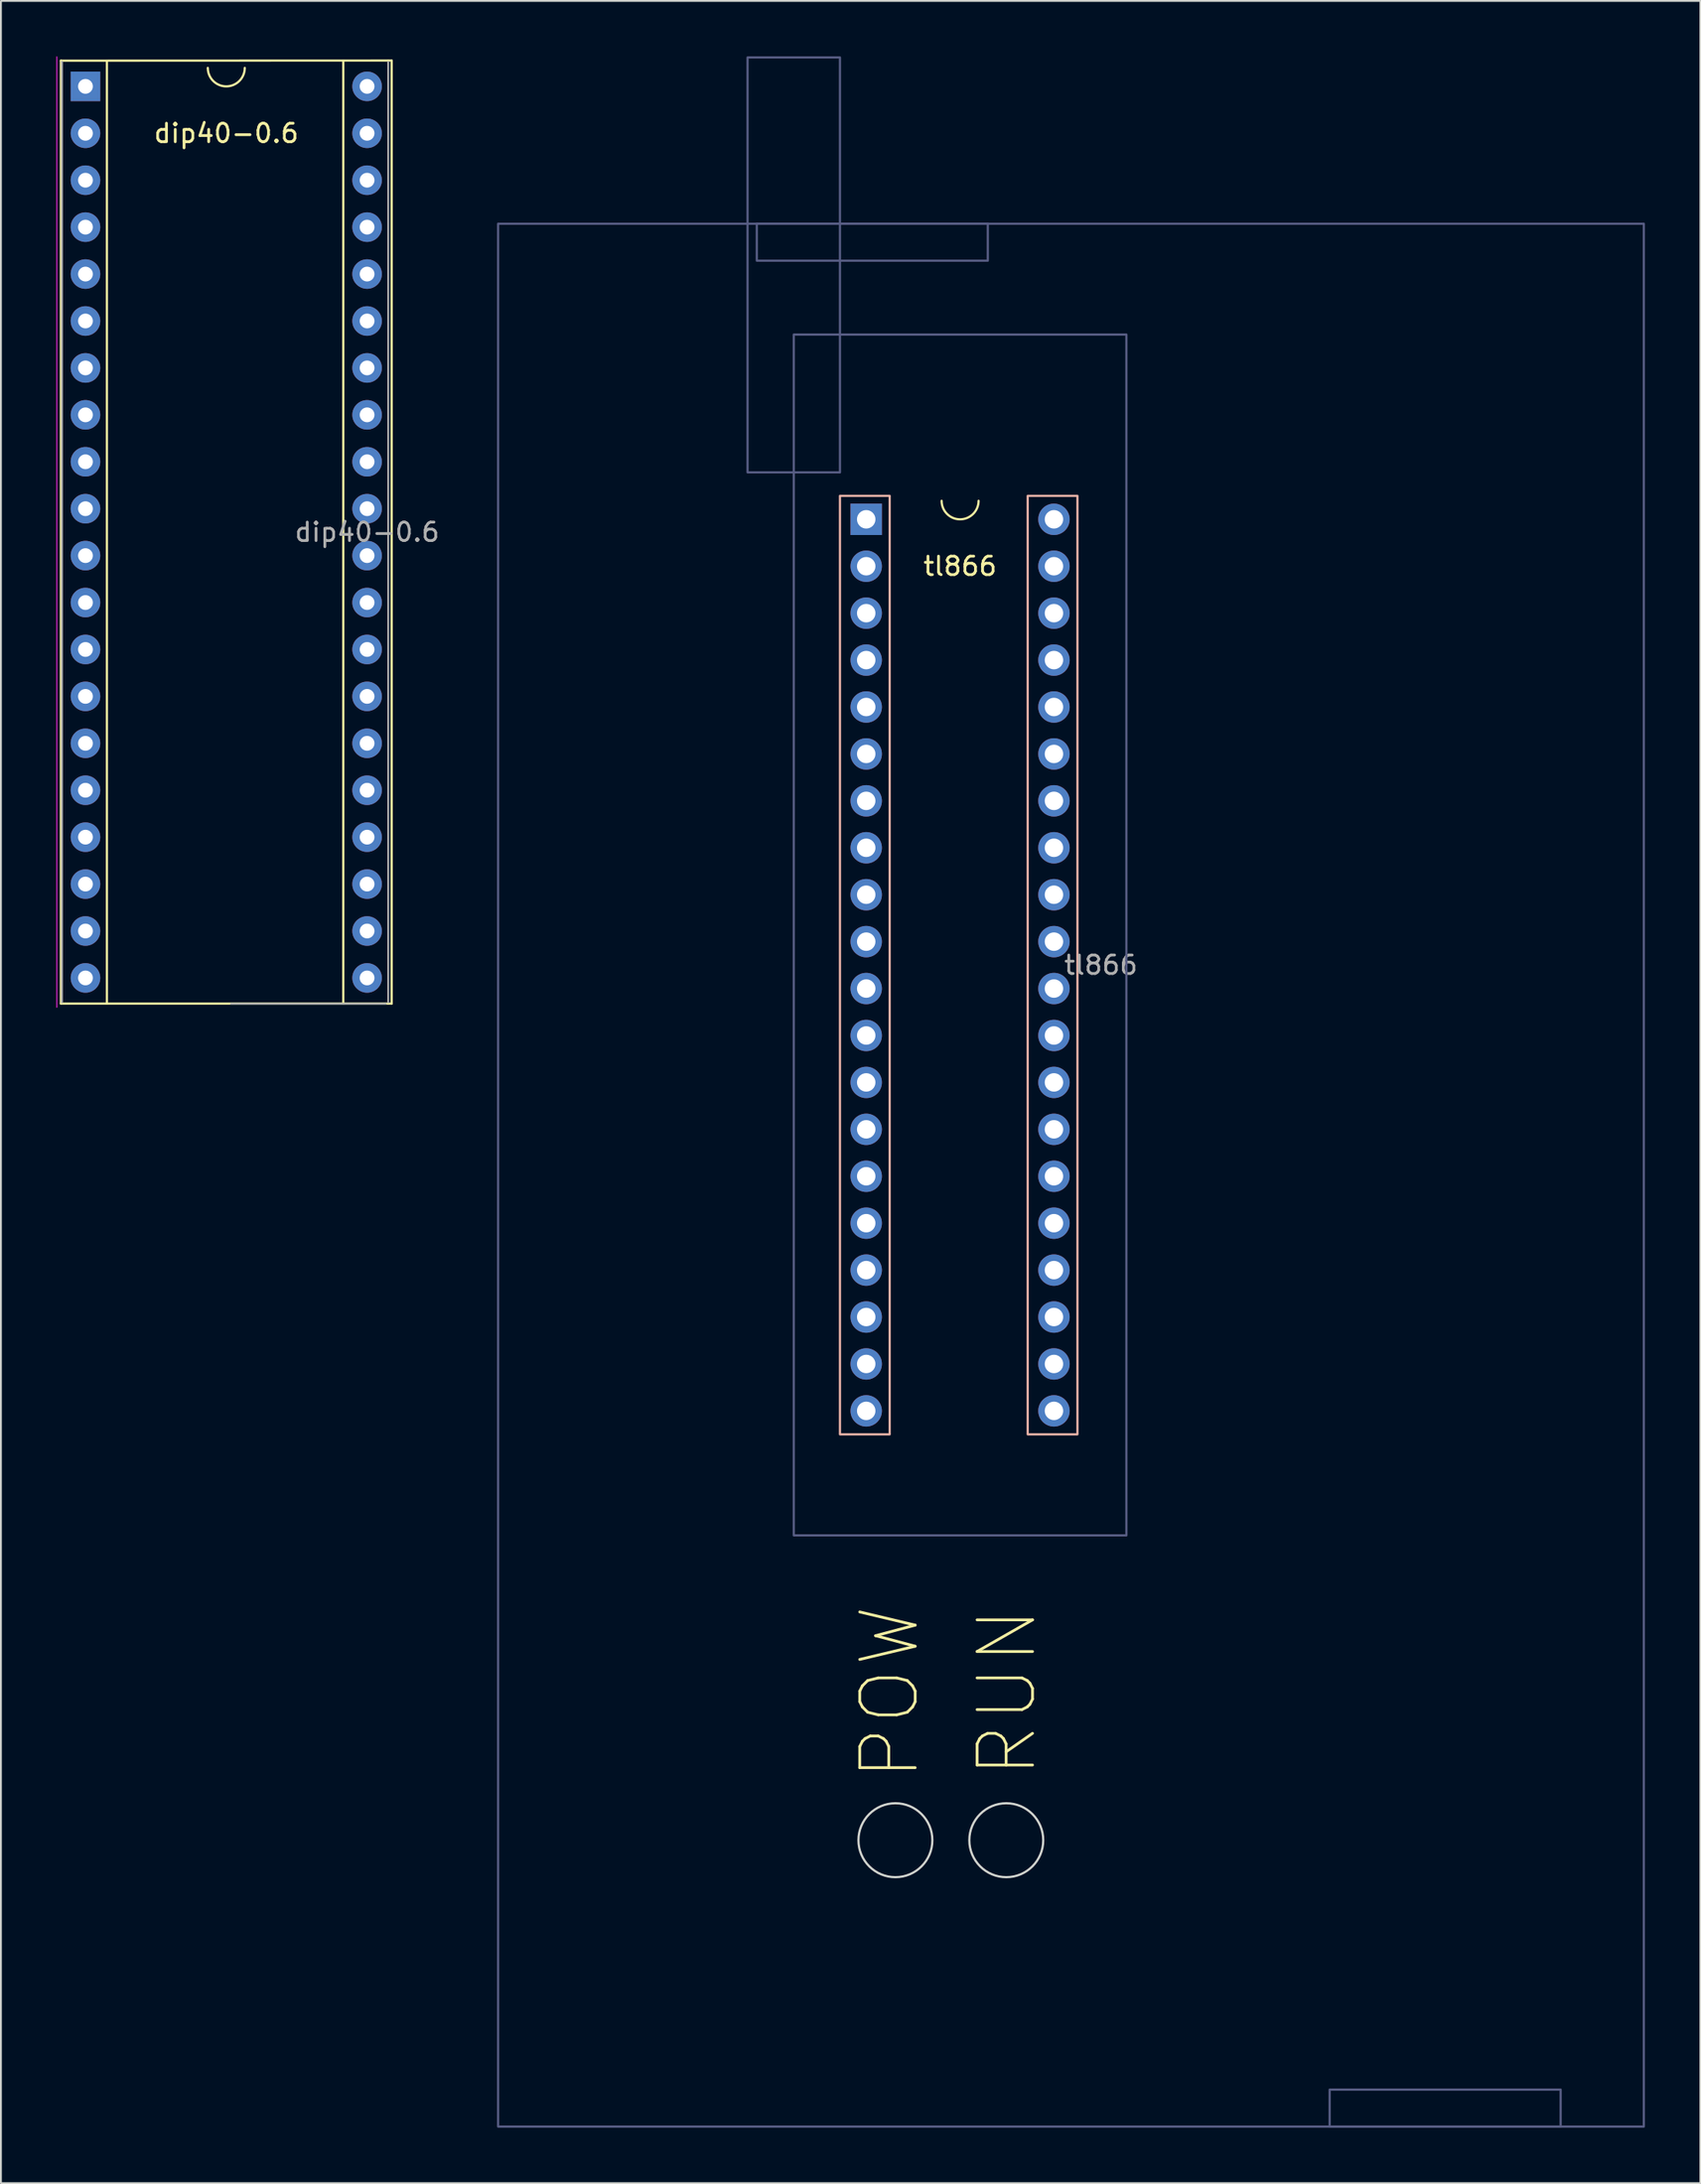
<source format=kicad_pcb>
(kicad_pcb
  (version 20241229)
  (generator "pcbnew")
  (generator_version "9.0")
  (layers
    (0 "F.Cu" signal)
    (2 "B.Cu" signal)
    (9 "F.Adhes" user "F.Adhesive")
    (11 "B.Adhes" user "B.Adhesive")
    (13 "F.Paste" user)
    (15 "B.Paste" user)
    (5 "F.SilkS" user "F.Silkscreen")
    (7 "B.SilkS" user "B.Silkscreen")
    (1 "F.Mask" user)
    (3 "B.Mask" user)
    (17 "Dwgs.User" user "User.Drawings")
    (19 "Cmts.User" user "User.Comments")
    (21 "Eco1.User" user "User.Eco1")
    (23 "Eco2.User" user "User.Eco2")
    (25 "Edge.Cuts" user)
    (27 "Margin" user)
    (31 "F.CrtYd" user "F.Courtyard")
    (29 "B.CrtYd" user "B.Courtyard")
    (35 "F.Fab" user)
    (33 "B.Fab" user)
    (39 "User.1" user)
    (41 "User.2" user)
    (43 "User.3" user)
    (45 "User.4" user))
  (footprint "tl866"
    (layer "F.Cu")
    (at 48.905 25.06)
    (property "Reference" "tl866" (at 0 2.54 0) (layer "F.SilkS") (effects (font (size 1 1) (thickness 0.15))))
    (attr through_hole)
    (fp_arc (start 1 -1) (mid 0 0) (end -1 -1) (stroke (width 0.12) (type solid)) (layer "F.SilkS"))
    (fp_rect (start -6.5 -1.27) (end -3.81 49.53) (stroke (width 0.12) (type solid)) (fill no) (layer "B.SilkS"))
    (fp_rect (start 3.66 -1.27) (end 6.35 49.53) (stroke (width 0.12) (type solid)) (fill no) (layer "B.SilkS"))
    (fp_circle (center -3.5 71.5) (end -1.5 71.5) (stroke (width 0.12) (type solid)) (fill no) (layer "Edge.Cuts"))
    (fp_circle (center 2.5 71.5) (end 4.5 71.5) (stroke (width 0.12) (type solid)) (fill no) (layer "Edge.Cuts"))
    (fp_rect (start -25 -16) (end 37 87) (stroke (width 0.12) (type solid)) (fill no) (layer "B.Fab"))
    (fp_rect (start -11.5 -25) (end -6.5 -2.54) (stroke (width 0.12) (type solid)) (fill no) (layer "B.Fab"))
    (fp_rect (start -11 -16) (end 1.5 -14) (stroke (width 0.12) (type solid)) (fill no) (layer "B.Fab"))
    (fp_rect (start -9 -10) (end 9 55) (stroke (width 0.12) (type solid)) (fill no) (layer "B.Fab"))
    (fp_rect (start 20 85) (end 32.5 87) (stroke (width 0.12) (type solid)) (fill no) (layer "B.Fab"))
    (fp_text user "RUN" (at 2.54 63.5 90) (unlocked yes) (layer "F.SilkS") (effects (font (size 3 3) (thickness 0.15))))
    (fp_text user "POW" (at -3.81 63.5 90) (unlocked yes) (layer "F.SilkS") (effects (font (size 3 3) (thickness 0.15))))
    (fp_text user "${REFERENCE}" (at 7.62 24.13 0) (layer "F.Fab") (effects (font (size 1 1) (thickness 0.15))))
    (pad "1" thru_hole rect (at -5.08 0) (size 1.7 1.7) (drill 1) (layers "*.Cu" "*.Mask"))
    (pad "2" thru_hole circle (at -5.08 2.54) (size 1.7 1.7) (drill 1) (layers "*.Cu" "*.Mask"))
    (pad "3" thru_hole circle (at -5.08 5.08) (size 1.7 1.7) (drill 1) (layers "*.Cu" "*.Mask"))
    (pad "4" thru_hole circle (at -5.08 7.62) (size 1.7 1.7) (drill 1) (layers "*.Cu" "*.Mask"))
    (pad "5" thru_hole circle (at -5.08 10.16) (size 1.7 1.7) (drill 1) (layers "*.Cu" "*.Mask"))
    (pad "6" thru_hole circle (at -5.08 12.7) (size 1.7 1.7) (drill 1) (layers "*.Cu" "*.Mask"))
    (pad "7" thru_hole circle (at -5.08 15.24) (size 1.7 1.7) (drill 1) (layers "*.Cu" "*.Mask"))
    (pad "8" thru_hole circle (at -5.08 17.78) (size 1.7 1.7) (drill 1) (layers "*.Cu" "*.Mask"))
    (pad "9" thru_hole circle (at -5.08 20.32) (size 1.7 1.7) (drill 1) (layers "*.Cu" "*.Mask"))
    (pad "10" thru_hole circle (at -5.08 22.86) (size 1.7 1.7) (drill 1) (layers "*.Cu" "*.Mask"))
    (pad "11" thru_hole circle (at -5.08 25.4) (size 1.7 1.7) (drill 1) (layers "*.Cu" "*.Mask"))
    (pad "12" thru_hole circle (at -5.08 27.94) (size 1.7 1.7) (drill 1) (layers "*.Cu" "*.Mask"))
    (pad "13" thru_hole circle (at -5.08 30.48) (size 1.7 1.7) (drill 1) (layers "*.Cu" "*.Mask"))
    (pad "14" thru_hole circle (at -5.08 33.02) (size 1.7 1.7) (drill 1) (layers "*.Cu" "*.Mask"))
    (pad "15" thru_hole circle (at -5.08 35.56) (size 1.7 1.7) (drill 1) (layers "*.Cu" "*.Mask"))
    (pad "16" thru_hole circle (at -5.08 38.1) (size 1.7 1.7) (drill 1) (layers "*.Cu" "*.Mask"))
    (pad "17" thru_hole circle (at -5.08 40.64) (size 1.7 1.7) (drill 1) (layers "*.Cu" "*.Mask"))
    (pad "18" thru_hole circle (at -5.08 43.18) (size 1.7 1.7) (drill 1) (layers "*.Cu" "*.Mask"))
    (pad "19" thru_hole circle (at -5.08 45.72) (size 1.7 1.7) (drill 1) (layers "*.Cu" "*.Mask"))
    (pad "20" thru_hole circle (at -5.08 48.26) (size 1.7 1.7) (drill 1) (layers "*.Cu" "*.Mask"))
    (pad "21" thru_hole circle (at 5.08 48.26) (size 1.7 1.7) (drill 1) (layers "*.Cu" "*.Mask"))
    (pad "22" thru_hole circle (at 5.08 45.72) (size 1.7 1.7) (drill 1) (layers "*.Cu" "*.Mask"))
    (pad "23" thru_hole circle (at 5.08 43.18) (size 1.7 1.7) (drill 1) (layers "*.Cu" "*.Mask"))
    (pad "24" thru_hole circle (at 5.08 40.64) (size 1.7 1.7) (drill 1) (layers "*.Cu" "*.Mask"))
    (pad "25" thru_hole circle (at 5.08 38.1) (size 1.7 1.7) (drill 1) (layers "*.Cu" "*.Mask"))
    (pad "26" thru_hole circle (at 5.08 35.56) (size 1.7 1.7) (drill 1) (layers "*.Cu" "*.Mask"))
    (pad "27" thru_hole circle (at 5.08 33.02) (size 1.7 1.7) (drill 1) (layers "*.Cu" "*.Mask"))
    (pad "28" thru_hole circle (at 5.08 30.48) (size 1.7 1.7) (drill 1) (layers "*.Cu" "*.Mask"))
    (pad "29" thru_hole circle (at 5.08 27.94) (size 1.7 1.7) (drill 1) (layers "*.Cu" "*.Mask"))
    (pad "30" thru_hole circle (at 5.08 25.4) (size 1.7 1.7) (drill 1) (layers "*.Cu" "*.Mask"))
    (pad "31" thru_hole circle (at 5.08 22.86) (size 1.7 1.7) (drill 1) (layers "*.Cu" "*.Mask"))
    (pad "32" thru_hole circle (at 5.08 20.32) (size 1.7 1.7) (drill 1) (layers "*.Cu" "*.Mask"))
    (pad "33" thru_hole circle (at 5.08 17.78) (size 1.7 1.7) (drill 1) (layers "*.Cu" "*.Mask"))
    (pad "34" thru_hole circle (at 5.08 15.24) (size 1.7 1.7) (drill 1) (layers "*.Cu" "*.Mask"))
    (pad "35" thru_hole circle (at 5.08 12.7) (size 1.7 1.7) (drill 1) (layers "*.Cu" "*.Mask"))
    (pad "36" thru_hole circle (at 5.08 10.16) (size 1.7 1.7) (drill 1) (layers "*.Cu" "*.Mask"))
    (pad "37" thru_hole circle (at 5.08 7.62) (size 1.7 1.7) (drill 1) (layers "*.Cu" "*.Mask"))
    (pad "38" thru_hole circle (at 5.08 5.08) (size 1.7 1.7) (drill 1) (layers "*.Cu" "*.Mask"))
    (pad "39" thru_hole circle (at 5.08 2.54) (size 1.7 1.7) (drill 1) (layers "*.Cu" "*.Mask"))
    (pad "40" thru_hole circle (at 5.08 0) (size 1.7 1.7) (drill 1) (layers "*.Cu" "*.Mask")))
  (footprint "dip40-0.6"
    (layer "F.Cu")
    (at 9.195 1.625)
    (property "Reference" "dip40-0.6" (at 0 2.54 0) (layer "F.SilkS") (effects (font (size 1 1) (thickness 0.15))))
    (attr through_hole)
    (fp_line (start -8.95 -1.39) (end -8.95 49.65) (stroke (width 0.12) (type solid)) (layer "F.SilkS"))
    (fp_line (start -6.46 -1.33) (end -6.46 49.59) (stroke (width 0.12) (type solid)) (layer "F.SilkS"))
    (fp_line (start 6.333 49.59) (end 6.333 -1.33) (stroke (width 0.12) (type solid)) (layer "F.SilkS"))
    (fp_line (start 8.95 -1.397) (end -8.95 -1.39) (stroke (width 0.12) (type solid)) (layer "F.SilkS"))
    (fp_line (start 8.95 49.65) (end -8.95 49.65) (stroke (width 0.12) (type solid)) (layer "F.SilkS"))
    (fp_line (start 8.95 49.65) (end 8.95 -1.39) (stroke (width 0.12) (type solid)) (layer "F.SilkS"))
    (fp_arc (start 1 -1) (mid 0 0) (end -1 -1) (stroke (width 0.12) (type solid)) (layer "F.SilkS"))
    (fp_line (start -9.17 -1.6) (end -9.17 49.85) (stroke (width 0.05) (type solid)) (layer "F.CrtYd"))
    (fp_line (start -8.89 -1.33) (end -8.89 49.59) (stroke (width 0.1) (type solid)) (layer "F.Fab"))
    (fp_line (start 8.636 49.657) (end 0.255 49.657) (stroke (width 0.1) (type solid)) (layer "F.Fab"))
    (fp_line (start 8.763 49.59) (end 8.763 -1.33) (stroke (width 0.1) (type solid)) (layer "F.Fab"))
    (fp_text user "${REFERENCE}" (at 7.62 24.13 0) (layer "F.Fab") (effects (font (size 1 1) (thickness 0.15))))
    (pad "1" thru_hole rect (at -7.62 0) (size 1.6 1.6) (drill 0.8) (layers "*.Cu" "*.Mask"))
    (pad "2" thru_hole oval (at -7.62 2.54) (size 1.6 1.6) (drill 0.8) (layers "*.Cu" "*.Mask"))
    (pad "3" thru_hole oval (at -7.62 5.08) (size 1.6 1.6) (drill 0.8) (layers "*.Cu" "*.Mask"))
    (pad "4" thru_hole oval (at -7.62 7.62) (size 1.6 1.6) (drill 0.8) (layers "*.Cu" "*.Mask"))
    (pad "5" thru_hole oval (at -7.62 10.16) (size 1.6 1.6) (drill 0.8) (layers "*.Cu" "*.Mask"))
    (pad "6" thru_hole oval (at -7.62 12.7) (size 1.6 1.6) (drill 0.8) (layers "*.Cu" "*.Mask"))
    (pad "7" thru_hole oval (at -7.62 15.24) (size 1.6 1.6) (drill 0.8) (layers "*.Cu" "*.Mask"))
    (pad "8" thru_hole oval (at -7.62 17.78) (size 1.6 1.6) (drill 0.8) (layers "*.Cu" "*.Mask"))
    (pad "9" thru_hole oval (at -7.62 20.32) (size 1.6 1.6) (drill 0.8) (layers "*.Cu" "*.Mask"))
    (pad "10" thru_hole oval (at -7.62 22.86) (size 1.6 1.6) (drill 0.8) (layers "*.Cu" "*.Mask"))
    (pad "11" thru_hole oval (at -7.62 25.4) (size 1.6 1.6) (drill 0.8) (layers "*.Cu" "*.Mask"))
    (pad "12" thru_hole oval (at -7.62 27.94) (size 1.6 1.6) (drill 0.8) (layers "*.Cu" "*.Mask"))
    (pad "13" thru_hole oval (at -7.62 30.48) (size 1.6 1.6) (drill 0.8) (layers "*.Cu" "*.Mask"))
    (pad "14" thru_hole oval (at -7.62 33.02) (size 1.6 1.6) (drill 0.8) (layers "*.Cu" "*.Mask"))
    (pad "15" thru_hole oval (at -7.62 35.56) (size 1.6 1.6) (drill 0.8) (layers "*.Cu" "*.Mask"))
    (pad "16" thru_hole oval (at -7.62 38.1) (size 1.6 1.6) (drill 0.8) (layers "*.Cu" "*.Mask"))
    (pad "17" thru_hole oval (at -7.62 40.64) (size 1.6 1.6) (drill 0.8) (layers "*.Cu" "*.Mask"))
    (pad "18" thru_hole oval (at -7.62 43.18) (size 1.6 1.6) (drill 0.8) (layers "*.Cu" "*.Mask"))
    (pad "19" thru_hole oval (at -7.62 45.72) (size 1.6 1.6) (drill 0.8) (layers "*.Cu" "*.Mask"))
    (pad "20" thru_hole oval (at -7.62 48.26) (size 1.6 1.6) (drill 0.8) (layers "*.Cu" "*.Mask"))
    (pad "21" thru_hole oval (at 7.62 48.26) (size 1.6 1.6) (drill 0.8) (layers "*.Cu" "*.Mask"))
    (pad "22" thru_hole oval (at 7.62 45.72) (size 1.6 1.6) (drill 0.8) (layers "*.Cu" "*.Mask"))
    (pad "23" thru_hole oval (at 7.62 43.18) (size 1.6 1.6) (drill 0.8) (layers "*.Cu" "*.Mask"))
    (pad "24" thru_hole oval (at 7.62 40.64) (size 1.6 1.6) (drill 0.8) (layers "*.Cu" "*.Mask"))
    (pad "25" thru_hole oval (at 7.62 38.1) (size 1.6 1.6) (drill 0.8) (layers "*.Cu" "*.Mask"))
    (pad "26" thru_hole oval (at 7.62 35.56) (size 1.6 1.6) (drill 0.8) (layers "*.Cu" "*.Mask"))
    (pad "27" thru_hole oval (at 7.62 33.02) (size 1.6 1.6) (drill 0.8) (layers "*.Cu" "*.Mask"))
    (pad "28" thru_hole oval (at 7.62 30.48) (size 1.6 1.6) (drill 0.8) (layers "*.Cu" "*.Mask"))
    (pad "29" thru_hole oval (at 7.62 27.94) (size 1.6 1.6) (drill 0.8) (layers "*.Cu" "*.Mask"))
    (pad "30" thru_hole oval (at 7.62 25.4) (size 1.6 1.6) (drill 0.8) (layers "*.Cu" "*.Mask"))
    (pad "31" thru_hole oval (at 7.62 22.86) (size 1.6 1.6) (drill 0.8) (layers "*.Cu" "*.Mask"))
    (pad "32" thru_hole oval (at 7.62 20.32) (size 1.6 1.6) (drill 0.8) (layers "*.Cu" "*.Mask"))
    (pad "33" thru_hole oval (at 7.62 17.78) (size 1.6 1.6) (drill 0.8) (layers "*.Cu" "*.Mask"))
    (pad "34" thru_hole oval (at 7.62 15.24) (size 1.6 1.6) (drill 0.8) (layers "*.Cu" "*.Mask"))
    (pad "35" thru_hole oval (at 7.62 12.7) (size 1.6 1.6) (drill 0.8) (layers "*.Cu" "*.Mask"))
    (pad "36" thru_hole oval (at 7.62 10.16) (size 1.6 1.6) (drill 0.8) (layers "*.Cu" "*.Mask"))
    (pad "37" thru_hole oval (at 7.62 7.62) (size 1.6 1.6) (drill 0.8) (layers "*.Cu" "*.Mask"))
    (pad "38" thru_hole oval (at 7.62 5.08) (size 1.6 1.6) (drill 0.8) (layers "*.Cu" "*.Mask"))
    (pad "39" thru_hole oval (at 7.62 2.54) (size 1.6 1.6) (drill 0.8) (layers "*.Cu" "*.Mask"))
    (pad "40" thru_hole oval (at 7.62 0) (size 1.6 1.6) (drill 0.8) (layers "*.Cu" "*.Mask")))
  (gr_rect
    (start -3 -3)
    (end 88.965 115.12)
    (stroke (width 0.1) (type default))
    (fill no)
    (layer "Edge.Cuts")))
</source>
